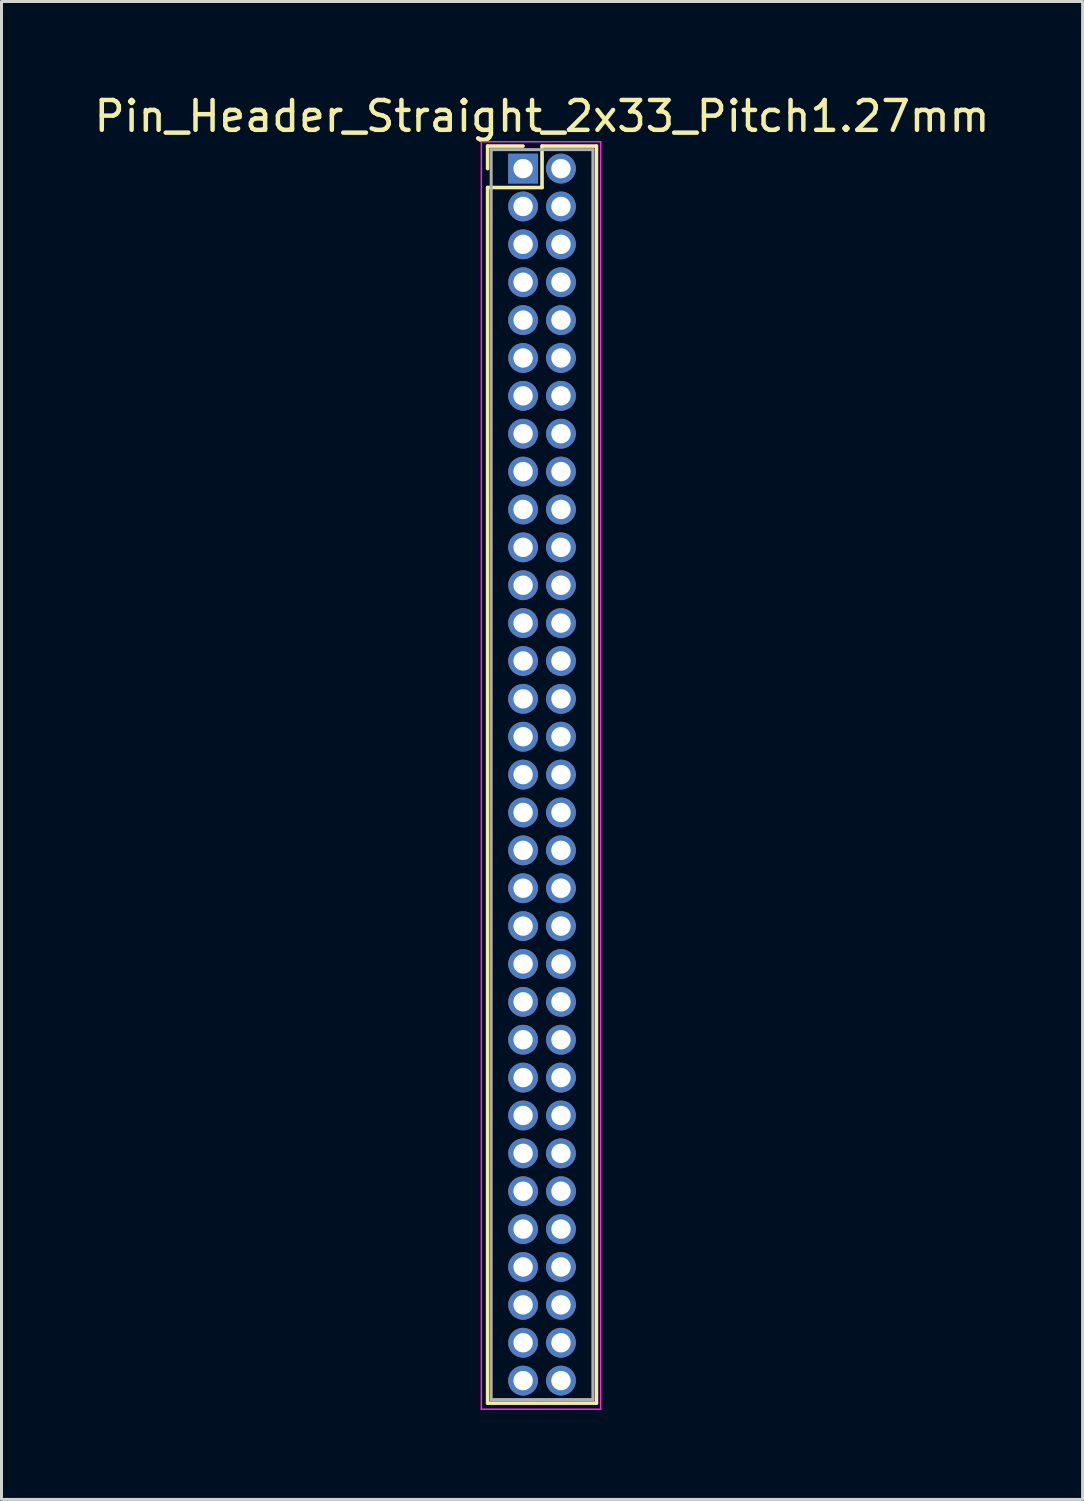
<source format=kicad_pcb>
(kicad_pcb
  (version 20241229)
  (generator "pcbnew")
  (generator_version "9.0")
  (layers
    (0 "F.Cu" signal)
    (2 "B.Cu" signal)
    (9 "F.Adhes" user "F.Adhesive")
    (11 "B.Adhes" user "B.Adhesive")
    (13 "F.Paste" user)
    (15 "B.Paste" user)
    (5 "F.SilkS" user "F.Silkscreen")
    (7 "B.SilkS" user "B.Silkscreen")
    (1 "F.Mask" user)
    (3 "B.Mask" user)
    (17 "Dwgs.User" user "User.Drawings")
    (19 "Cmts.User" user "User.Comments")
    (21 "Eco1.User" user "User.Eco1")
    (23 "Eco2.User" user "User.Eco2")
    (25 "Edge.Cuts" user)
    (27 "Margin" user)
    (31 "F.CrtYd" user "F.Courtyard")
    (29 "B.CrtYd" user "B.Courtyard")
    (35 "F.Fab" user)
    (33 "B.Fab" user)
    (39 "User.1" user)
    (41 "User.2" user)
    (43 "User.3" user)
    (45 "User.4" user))
  (footprint "Pin_Header_Straight_2x33_Pitch1.27mm"
    (layer "F.Cu")
    (at 14.49 2.603)
    (property "Reference" "Pin_Header_Straight_2x33_Pitch1.27mm" (at 0.635 -1.755 0) (layer "F.SilkS") (effects (font (size 1 1) (thickness 0.15))))
    (attr through_hole)
    (fp_line (start -1.19 -0.755) (end 0 -0.755) (stroke (width 0.12) (type solid)) (layer "F.SilkS"))
    (fp_line (start -1.19 0) (end -1.19 -0.755) (stroke (width 0.12) (type solid)) (layer "F.SilkS"))
    (fp_line (start -1.19 0.635) (end -1.19 41.395) (stroke (width 0.12) (type solid)) (layer "F.SilkS"))
    (fp_line (start -1.19 41.395) (end 2.46 41.395) (stroke (width 0.12) (type solid)) (layer "F.SilkS"))
    (fp_line (start 0.635 -0.755) (end 0.635 0.635) (stroke (width 0.12) (type solid)) (layer "F.SilkS"))
    (fp_line (start 0.635 0.635) (end -1.19 0.635) (stroke (width 0.12) (type solid)) (layer "F.SilkS"))
    (fp_line (start 2.46 -0.755) (end 0.635 -0.755) (stroke (width 0.12) (type solid)) (layer "F.SilkS"))
    (fp_line (start 2.46 41.395) (end 2.46 -0.755) (stroke (width 0.12) (type solid)) (layer "F.SilkS"))
    (fp_line (start -1.4 -0.9) (end -1.4 41.6) (stroke (width 0.05) (type solid)) (layer "F.CrtYd"))
    (fp_line (start -1.4 41.6) (end 2.6 41.6) (stroke (width 0.05) (type solid)) (layer "F.CrtYd"))
    (fp_line (start 2.6 -0.9) (end -1.4 -0.9) (stroke (width 0.05) (type solid)) (layer "F.CrtYd"))
    (fp_line (start 2.6 41.6) (end 2.6 -0.9) (stroke (width 0.05) (type solid)) (layer "F.CrtYd"))
    (fp_line (start -1.07 -0.635) (end -1.07 41.275) (stroke (width 0.1) (type solid)) (layer "F.Fab"))
    (fp_line (start -1.07 41.275) (end 2.34 41.275) (stroke (width 0.1) (type solid)) (layer "F.Fab"))
    (fp_line (start 2.34 -0.635) (end -1.07 -0.635) (stroke (width 0.1) (type solid)) (layer "F.Fab"))
    (fp_line (start 2.34 41.275) (end 2.34 -0.635) (stroke (width 0.1) (type solid)) (layer "F.Fab"))
    (pad "1" thru_hole rect (at 0 0) (size 1 1) (drill 0.65) (layers "*.Cu" "*.Mask"))
    (pad "2" thru_hole oval (at 1.27 0) (size 1 1) (drill 0.65) (layers "*.Cu" "*.Mask"))
    (pad "3" thru_hole oval (at 0 1.27) (size 1 1) (drill 0.65) (layers "*.Cu" "*.Mask"))
    (pad "4" thru_hole oval (at 1.27 1.27) (size 1 1) (drill 0.65) (layers "*.Cu" "*.Mask"))
    (pad "5" thru_hole oval (at 0 2.54) (size 1 1) (drill 0.65) (layers "*.Cu" "*.Mask"))
    (pad "6" thru_hole oval (at 1.27 2.54) (size 1 1) (drill 0.65) (layers "*.Cu" "*.Mask"))
    (pad "7" thru_hole oval (at 0 3.81) (size 1 1) (drill 0.65) (layers "*.Cu" "*.Mask"))
    (pad "8" thru_hole oval (at 1.27 3.81) (size 1 1) (drill 0.65) (layers "*.Cu" "*.Mask"))
    (pad "9" thru_hole oval (at 0 5.08) (size 1 1) (drill 0.65) (layers "*.Cu" "*.Mask"))
    (pad "10" thru_hole oval (at 1.27 5.08) (size 1 1) (drill 0.65) (layers "*.Cu" "*.Mask"))
    (pad "11" thru_hole oval (at 0 6.35) (size 1 1) (drill 0.65) (layers "*.Cu" "*.Mask"))
    (pad "12" thru_hole oval (at 1.27 6.35) (size 1 1) (drill 0.65) (layers "*.Cu" "*.Mask"))
    (pad "13" thru_hole oval (at 0 7.62) (size 1 1) (drill 0.65) (layers "*.Cu" "*.Mask"))
    (pad "14" thru_hole oval (at 1.27 7.62) (size 1 1) (drill 0.65) (layers "*.Cu" "*.Mask"))
    (pad "15" thru_hole oval (at 0 8.89) (size 1 1) (drill 0.65) (layers "*.Cu" "*.Mask"))
    (pad "16" thru_hole oval (at 1.27 8.89) (size 1 1) (drill 0.65) (layers "*.Cu" "*.Mask"))
    (pad "17" thru_hole oval (at 0 10.16) (size 1 1) (drill 0.65) (layers "*.Cu" "*.Mask"))
    (pad "18" thru_hole oval (at 1.27 10.16) (size 1 1) (drill 0.65) (layers "*.Cu" "*.Mask"))
    (pad "19" thru_hole oval (at 0 11.43) (size 1 1) (drill 0.65) (layers "*.Cu" "*.Mask"))
    (pad "20" thru_hole oval (at 1.27 11.43) (size 1 1) (drill 0.65) (layers "*.Cu" "*.Mask"))
    (pad "21" thru_hole oval (at 0 12.7) (size 1 1) (drill 0.65) (layers "*.Cu" "*.Mask"))
    (pad "22" thru_hole oval (at 1.27 12.7) (size 1 1) (drill 0.65) (layers "*.Cu" "*.Mask"))
    (pad "23" thru_hole oval (at 0 13.97) (size 1 1) (drill 0.65) (layers "*.Cu" "*.Mask"))
    (pad "24" thru_hole oval (at 1.27 13.97) (size 1 1) (drill 0.65) (layers "*.Cu" "*.Mask"))
    (pad "25" thru_hole oval (at 0 15.24) (size 1 1) (drill 0.65) (layers "*.Cu" "*.Mask"))
    (pad "26" thru_hole oval (at 1.27 15.24) (size 1 1) (drill 0.65) (layers "*.Cu" "*.Mask"))
    (pad "27" thru_hole oval (at 0 16.51) (size 1 1) (drill 0.65) (layers "*.Cu" "*.Mask"))
    (pad "28" thru_hole oval (at 1.27 16.51) (size 1 1) (drill 0.65) (layers "*.Cu" "*.Mask"))
    (pad "29" thru_hole oval (at 0 17.78) (size 1 1) (drill 0.65) (layers "*.Cu" "*.Mask"))
    (pad "30" thru_hole oval (at 1.27 17.78) (size 1 1) (drill 0.65) (layers "*.Cu" "*.Mask"))
    (pad "31" thru_hole oval (at 0 19.05) (size 1 1) (drill 0.65) (layers "*.Cu" "*.Mask"))
    (pad "32" thru_hole oval (at 1.27 19.05) (size 1 1) (drill 0.65) (layers "*.Cu" "*.Mask"))
    (pad "33" thru_hole oval (at 0 20.32) (size 1 1) (drill 0.65) (layers "*.Cu" "*.Mask"))
    (pad "34" thru_hole oval (at 1.27 20.32) (size 1 1) (drill 0.65) (layers "*.Cu" "*.Mask"))
    (pad "35" thru_hole oval (at 0 21.59) (size 1 1) (drill 0.65) (layers "*.Cu" "*.Mask"))
    (pad "36" thru_hole oval (at 1.27 21.59) (size 1 1) (drill 0.65) (layers "*.Cu" "*.Mask"))
    (pad "37" thru_hole oval (at 0 22.86) (size 1 1) (drill 0.65) (layers "*.Cu" "*.Mask"))
    (pad "38" thru_hole oval (at 1.27 22.86) (size 1 1) (drill 0.65) (layers "*.Cu" "*.Mask"))
    (pad "39" thru_hole oval (at 0 24.13) (size 1 1) (drill 0.65) (layers "*.Cu" "*.Mask"))
    (pad "40" thru_hole oval (at 1.27 24.13) (size 1 1) (drill 0.65) (layers "*.Cu" "*.Mask"))
    (pad "41" thru_hole oval (at 0 25.4) (size 1 1) (drill 0.65) (layers "*.Cu" "*.Mask"))
    (pad "42" thru_hole oval (at 1.27 25.4) (size 1 1) (drill 0.65) (layers "*.Cu" "*.Mask"))
    (pad "43" thru_hole oval (at 0 26.67) (size 1 1) (drill 0.65) (layers "*.Cu" "*.Mask"))
    (pad "44" thru_hole oval (at 1.27 26.67) (size 1 1) (drill 0.65) (layers "*.Cu" "*.Mask"))
    (pad "45" thru_hole oval (at 0 27.94) (size 1 1) (drill 0.65) (layers "*.Cu" "*.Mask"))
    (pad "46" thru_hole oval (at 1.27 27.94) (size 1 1) (drill 0.65) (layers "*.Cu" "*.Mask"))
    (pad "47" thru_hole oval (at 0 29.21) (size 1 1) (drill 0.65) (layers "*.Cu" "*.Mask"))
    (pad "48" thru_hole oval (at 1.27 29.21) (size 1 1) (drill 0.65) (layers "*.Cu" "*.Mask"))
    (pad "49" thru_hole oval (at 0 30.48) (size 1 1) (drill 0.65) (layers "*.Cu" "*.Mask"))
    (pad "50" thru_hole oval (at 1.27 30.48) (size 1 1) (drill 0.65) (layers "*.Cu" "*.Mask"))
    (pad "51" thru_hole oval (at 0 31.75) (size 1 1) (drill 0.65) (layers "*.Cu" "*.Mask"))
    (pad "52" thru_hole oval (at 1.27 31.75) (size 1 1) (drill 0.65) (layers "*.Cu" "*.Mask"))
    (pad "53" thru_hole oval (at 0 33.02) (size 1 1) (drill 0.65) (layers "*.Cu" "*.Mask"))
    (pad "54" thru_hole oval (at 1.27 33.02) (size 1 1) (drill 0.65) (layers "*.Cu" "*.Mask"))
    (pad "55" thru_hole oval (at 0 34.29) (size 1 1) (drill 0.65) (layers "*.Cu" "*.Mask"))
    (pad "56" thru_hole oval (at 1.27 34.29) (size 1 1) (drill 0.65) (layers "*.Cu" "*.Mask"))
    (pad "57" thru_hole oval (at 0 35.56) (size 1 1) (drill 0.65) (layers "*.Cu" "*.Mask"))
    (pad "58" thru_hole oval (at 1.27 35.56) (size 1 1) (drill 0.65) (layers "*.Cu" "*.Mask"))
    (pad "59" thru_hole oval (at 0 36.83) (size 1 1) (drill 0.65) (layers "*.Cu" "*.Mask"))
    (pad "60" thru_hole oval (at 1.27 36.83) (size 1 1) (drill 0.65) (layers "*.Cu" "*.Mask"))
    (pad "61" thru_hole oval (at 0 38.1) (size 1 1) (drill 0.65) (layers "*.Cu" "*.Mask"))
    (pad "62" thru_hole oval (at 1.27 38.1) (size 1 1) (drill 0.65) (layers "*.Cu" "*.Mask"))
    (pad "63" thru_hole oval (at 0 39.37) (size 1 1) (drill 0.65) (layers "*.Cu" "*.Mask"))
    (pad "64" thru_hole oval (at 1.27 39.37) (size 1 1) (drill 0.65) (layers "*.Cu" "*.Mask"))
    (pad "65" thru_hole oval (at 0 40.64) (size 1 1) (drill 0.65) (layers "*.Cu" "*.Mask"))
    (pad "66" thru_hole oval (at 1.27 40.64) (size 1 1) (drill 0.65) (layers "*.Cu" "*.Mask")))
  (gr_rect
    (start -3 -3)
    (end 33.25 47.228)
    (stroke (width 0.1) (type default))
    (fill no)
    (layer "Edge.Cuts")))
</source>
